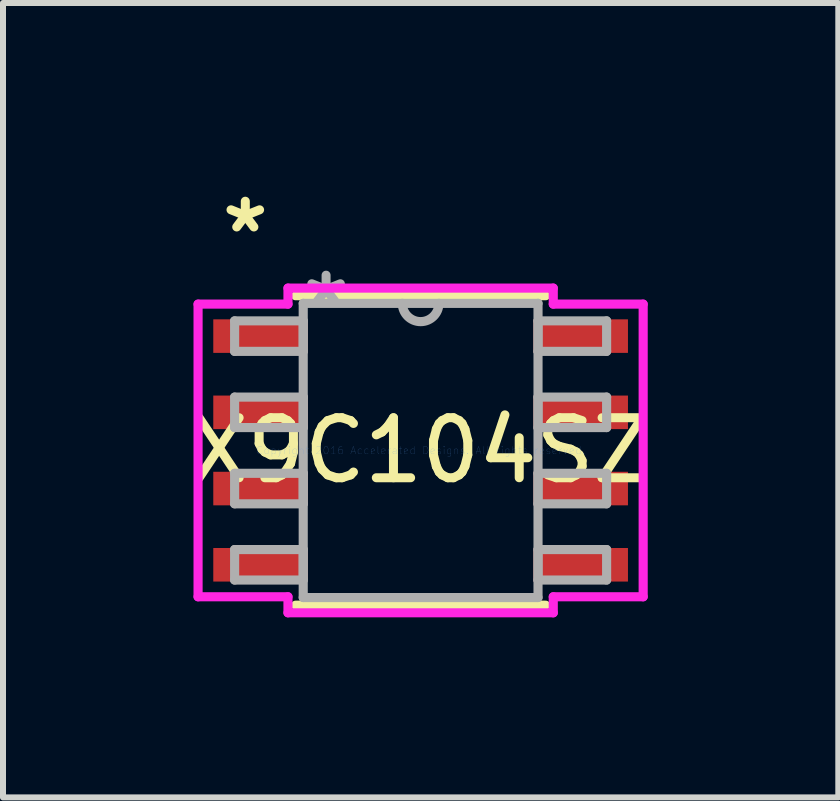
<source format=kicad_pcb>
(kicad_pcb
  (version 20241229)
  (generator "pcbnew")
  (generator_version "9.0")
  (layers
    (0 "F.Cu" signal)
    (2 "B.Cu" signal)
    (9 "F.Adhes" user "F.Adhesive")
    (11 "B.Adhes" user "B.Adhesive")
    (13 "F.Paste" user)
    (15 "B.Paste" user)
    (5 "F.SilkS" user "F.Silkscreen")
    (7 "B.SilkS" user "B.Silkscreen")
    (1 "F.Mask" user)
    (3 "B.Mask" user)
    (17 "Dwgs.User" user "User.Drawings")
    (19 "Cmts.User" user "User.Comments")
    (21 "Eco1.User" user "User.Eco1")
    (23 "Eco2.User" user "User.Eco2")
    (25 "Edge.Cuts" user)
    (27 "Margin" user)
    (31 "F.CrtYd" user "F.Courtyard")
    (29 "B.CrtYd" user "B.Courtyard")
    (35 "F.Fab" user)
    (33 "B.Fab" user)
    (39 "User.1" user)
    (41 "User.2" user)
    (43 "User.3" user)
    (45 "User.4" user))
  (footprint "X9C104SZ"
    (layer "F.Cu")
    (at 3.958 4.455)
    (property "Reference" "X9C104SZ" (at 0 0 0) (layer "F.SilkS") (effects (font (size 1 1) (thickness 0.15))))
    (attr through_hole)
    (fp_line (start -2.083 2.578) (end 2.083 2.578) (stroke (width 0.152) (type solid)) (layer "F.SilkS"))
    (fp_line (start 2.083 -2.578) (end -2.083 -2.578) (stroke (width 0.152) (type solid)) (layer "F.SilkS"))
    (fp_line (start -3.708 -2.438) (end -2.21 -2.438) (stroke (width 0.152) (type solid)) (layer "F.CrtYd"))
    (fp_line (start -3.708 2.438) (end -3.708 -2.438) (stroke (width 0.152) (type solid)) (layer "F.CrtYd"))
    (fp_line (start -2.21 -2.705) (end 2.21 -2.705) (stroke (width 0.152) (type solid)) (layer "F.CrtYd"))
    (fp_line (start -2.21 -2.438) (end -2.21 -2.705) (stroke (width 0.152) (type solid)) (layer "F.CrtYd"))
    (fp_line (start -2.21 2.438) (end -3.708 2.438) (stroke (width 0.152) (type solid)) (layer "F.CrtYd"))
    (fp_line (start -2.21 2.705) (end -2.21 2.438) (stroke (width 0.152) (type solid)) (layer "F.CrtYd"))
    (fp_line (start 2.21 -2.705) (end 2.21 -2.438) (stroke (width 0.152) (type solid)) (layer "F.CrtYd"))
    (fp_line (start 2.21 -2.438) (end 3.708 -2.438) (stroke (width 0.152) (type solid)) (layer "F.CrtYd"))
    (fp_line (start 2.21 2.438) (end 2.21 2.705) (stroke (width 0.152) (type solid)) (layer "F.CrtYd"))
    (fp_line (start 2.21 2.705) (end -2.21 2.705) (stroke (width 0.152) (type solid)) (layer "F.CrtYd"))
    (fp_line (start 3.708 -2.438) (end 3.708 2.438) (stroke (width 0.152) (type solid)) (layer "F.CrtYd"))
    (fp_line (start 3.708 2.438) (end 2.21 2.438) (stroke (width 0.152) (type solid)) (layer "F.CrtYd"))
    (fp_line (start -3.099 -2.159) (end -3.099 -1.651) (stroke (width 0.152) (type solid)) (layer "F.Fab"))
    (fp_line (start -3.099 -1.651) (end -1.956 -1.651) (stroke (width 0.152) (type solid)) (layer "F.Fab"))
    (fp_line (start -3.099 -0.889) (end -3.099 -0.381) (stroke (width 0.152) (type solid)) (layer "F.Fab"))
    (fp_line (start -3.099 -0.381) (end -1.956 -0.381) (stroke (width 0.152) (type solid)) (layer "F.Fab"))
    (fp_line (start -3.099 0.381) (end -3.099 0.889) (stroke (width 0.152) (type solid)) (layer "F.Fab"))
    (fp_line (start -3.099 0.889) (end -1.956 0.889) (stroke (width 0.152) (type solid)) (layer "F.Fab"))
    (fp_line (start -3.099 1.651) (end -3.099 2.159) (stroke (width 0.152) (type solid)) (layer "F.Fab"))
    (fp_line (start -3.099 2.159) (end -1.956 2.159) (stroke (width 0.152) (type solid)) (layer "F.Fab"))
    (fp_line (start -1.956 -2.451) (end -1.956 2.451) (stroke (width 0.152) (type solid)) (layer "F.Fab"))
    (fp_line (start -1.956 -2.159) (end -3.099 -2.159) (stroke (width 0.152) (type solid)) (layer "F.Fab"))
    (fp_line (start -1.956 -1.651) (end -1.956 -2.159) (stroke (width 0.152) (type solid)) (layer "F.Fab"))
    (fp_line (start -1.956 -0.889) (end -3.099 -0.889) (stroke (width 0.152) (type solid)) (layer "F.Fab"))
    (fp_line (start -1.956 -0.381) (end -1.956 -0.889) (stroke (width 0.152) (type solid)) (layer "F.Fab"))
    (fp_line (start -1.956 0.381) (end -3.099 0.381) (stroke (width 0.152) (type solid)) (layer "F.Fab"))
    (fp_line (start -1.956 0.889) (end -1.956 0.381) (stroke (width 0.152) (type solid)) (layer "F.Fab"))
    (fp_line (start -1.956 1.651) (end -3.099 1.651) (stroke (width 0.152) (type solid)) (layer "F.Fab"))
    (fp_line (start -1.956 2.159) (end -1.956 1.651) (stroke (width 0.152) (type solid)) (layer "F.Fab"))
    (fp_line (start -1.956 2.451) (end 1.956 2.451) (stroke (width 0.152) (type solid)) (layer "F.Fab"))
    (fp_line (start 1.956 -2.451) (end -1.956 -2.451) (stroke (width 0.152) (type solid)) (layer "F.Fab"))
    (fp_line (start 1.956 -2.159) (end 1.956 -1.651) (stroke (width 0.152) (type solid)) (layer "F.Fab"))
    (fp_line (start 1.956 -1.651) (end 3.099 -1.651) (stroke (width 0.152) (type solid)) (layer "F.Fab"))
    (fp_line (start 1.956 -0.889) (end 1.956 -0.381) (stroke (width 0.152) (type solid)) (layer "F.Fab"))
    (fp_line (start 1.956 -0.381) (end 3.099 -0.381) (stroke (width 0.152) (type solid)) (layer "F.Fab"))
    (fp_line (start 1.956 0.381) (end 1.956 0.889) (stroke (width 0.152) (type solid)) (layer "F.Fab"))
    (fp_line (start 1.956 0.889) (end 3.099 0.889) (stroke (width 0.152) (type solid)) (layer "F.Fab"))
    (fp_line (start 1.956 1.651) (end 1.956 2.159) (stroke (width 0.152) (type solid)) (layer "F.Fab"))
    (fp_line (start 1.956 2.159) (end 3.099 2.159) (stroke (width 0.152) (type solid)) (layer "F.Fab"))
    (fp_line (start 1.956 2.451) (end 1.956 -2.451) (stroke (width 0.152) (type solid)) (layer "F.Fab"))
    (fp_line (start 3.099 -2.159) (end 1.956 -2.159) (stroke (width 0.152) (type solid)) (layer "F.Fab"))
    (fp_line (start 3.099 -1.651) (end 3.099 -2.159) (stroke (width 0.152) (type solid)) (layer "F.Fab"))
    (fp_line (start 3.099 -0.889) (end 1.956 -0.889) (stroke (width 0.152) (type solid)) (layer "F.Fab"))
    (fp_line (start 3.099 -0.381) (end 3.099 -0.889) (stroke (width 0.152) (type solid)) (layer "F.Fab"))
    (fp_line (start 3.099 0.381) (end 1.956 0.381) (stroke (width 0.152) (type solid)) (layer "F.Fab"))
    (fp_line (start 3.099 0.889) (end 3.099 0.381) (stroke (width 0.152) (type solid)) (layer "F.Fab"))
    (fp_line (start 3.099 1.651) (end 1.956 1.651) (stroke (width 0.152) (type solid)) (layer "F.Fab"))
    (fp_line (start 3.099 2.159) (end 3.099 1.651) (stroke (width 0.152) (type solid)) (layer "F.Fab"))
    (fp_arc (start 0.3048 -2.4511) (mid 0 -2.1463) (end -0.3048 -2.4511) (stroke (width 0.1524) (type solid)) (layer "F.Fab"))
    (fp_text user "*" (at -2.921 -3.607 0) (layer "F.SilkS") (effects (font (size 1 1) (thickness 0.15))))
    (fp_text user "Copyright 2016 Accelerated Designs. All rights reserved." (at 0 0 0) (layer "Cmts.User") (effects (font (size 0.127 0.127) (thickness 0.002))))
    (fp_text user "*" (at -1.575 -2.375 0) (layer "F.Fab") (effects (font (size 1 1) (thickness 0.15))))
    (pad "1" smd rect (at -2.667 -1.905) (size 1.575 0.559) (layers "F.Cu" "F.Mask" "F.Paste"))
    (pad "2" smd rect (at -2.667 -0.635) (size 1.575 0.559) (layers "F.Cu" "F.Mask" "F.Paste"))
    (pad "3" smd rect (at -2.667 0.635) (size 1.575 0.559) (layers "F.Cu" "F.Mask" "F.Paste"))
    (pad "4" smd rect (at -2.667 1.905) (size 1.575 0.559) (layers "F.Cu" "F.Mask" "F.Paste"))
    (pad "5" smd rect (at 2.667 1.905) (size 1.575 0.559) (layers "F.Cu" "F.Mask" "F.Paste"))
    (pad "6" smd rect (at 2.667 0.635) (size 1.575 0.559) (layers "F.Cu" "F.Mask" "F.Paste"))
    (pad "7" smd rect (at 2.667 -0.635) (size 1.575 0.559) (layers "F.Cu" "F.Mask" "F.Paste"))
    (pad "8" smd rect (at 2.667 -1.905) (size 1.575 0.559) (layers "F.Cu" "F.Mask" "F.Paste")))
  (gr_rect
    (start -3 -3)
    (end 10.917 10.236)
    (stroke (width 0.1) (type default))
    (fill no)
    (layer "Edge.Cuts")))
</source>
